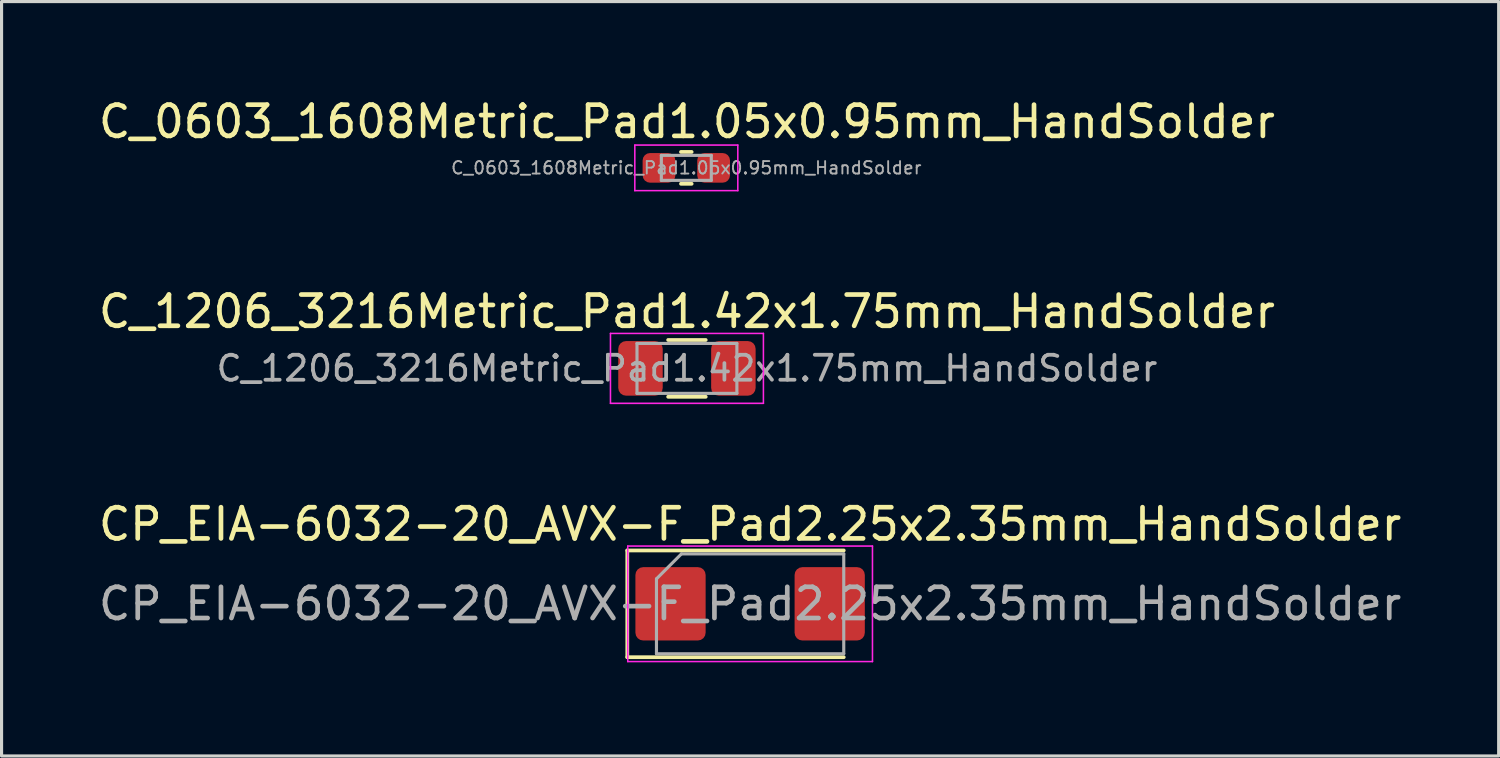
<source format=kicad_pcb>
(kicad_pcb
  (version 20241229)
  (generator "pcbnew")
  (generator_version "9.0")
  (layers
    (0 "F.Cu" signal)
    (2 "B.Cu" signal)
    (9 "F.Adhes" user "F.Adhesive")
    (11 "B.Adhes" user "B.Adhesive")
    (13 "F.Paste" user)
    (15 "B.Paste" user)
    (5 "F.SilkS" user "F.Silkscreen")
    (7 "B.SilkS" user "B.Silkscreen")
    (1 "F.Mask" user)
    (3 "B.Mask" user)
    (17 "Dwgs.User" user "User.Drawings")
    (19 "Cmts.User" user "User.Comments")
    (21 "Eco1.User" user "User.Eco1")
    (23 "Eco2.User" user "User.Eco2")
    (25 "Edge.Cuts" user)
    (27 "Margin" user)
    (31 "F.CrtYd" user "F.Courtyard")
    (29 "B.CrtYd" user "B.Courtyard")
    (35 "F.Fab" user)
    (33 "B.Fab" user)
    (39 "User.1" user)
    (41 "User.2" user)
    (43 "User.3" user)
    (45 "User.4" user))
  (footprint "C_0603_1608Metric_Pad1.05x0.95mm_HandSolder"
    (layer "F.Cu")
    (at 18.938 2.328)
    (property "Reference" "C_0603_1608Metric_Pad1.05x0.95mm_HandSolder" (at 0.02 -1.48 0) (layer "F.SilkS") (effects (font (size 1 1) (thickness 0.15))))
    (attr smd)
    (fp_line (start -0.171 -0.51) (end 0.171 -0.51) (stroke (width 0.12) (type solid)) (layer "F.SilkS"))
    (fp_line (start -0.171 0.51) (end 0.171 0.51) (stroke (width 0.12) (type solid)) (layer "F.SilkS"))
    (fp_line (start -1.65 -0.73) (end 1.65 -0.73) (stroke (width 0.05) (type solid)) (layer "F.CrtYd"))
    (fp_line (start -1.65 0.73) (end -1.65 -0.73) (stroke (width 0.05) (type solid)) (layer "F.CrtYd"))
    (fp_line (start 1.65 -0.73) (end 1.65 0.73) (stroke (width 0.05) (type solid)) (layer "F.CrtYd"))
    (fp_line (start 1.65 0.73) (end -1.65 0.73) (stroke (width 0.05) (type solid)) (layer "F.CrtYd"))
    (fp_line (start -0.8 -0.4) (end 0.8 -0.4) (stroke (width 0.1) (type solid)) (layer "F.Fab"))
    (fp_line (start -0.8 0.4) (end -0.8 -0.4) (stroke (width 0.1) (type solid)) (layer "F.Fab"))
    (fp_line (start 0.8 -0.4) (end 0.8 0.4) (stroke (width 0.1) (type solid)) (layer "F.Fab"))
    (fp_line (start 0.8 0.4) (end -0.8 0.4) (stroke (width 0.1) (type solid)) (layer "F.Fab"))
    (fp_text user "${REFERENCE}" (at 0 0 0) (layer "F.Fab") (effects (font (size 0.4 0.4) (thickness 0.06))))
    (pad "1" smd roundrect (at -0.875 0) (size 1.05 0.95) (layers "F.Cu" "F.Mask" "F.Paste") (roundrect_rratio 0.25))
    (pad "2" smd roundrect (at 0.875 0) (size 1.05 0.95) (layers "F.Cu" "F.Mask" "F.Paste") (roundrect_rratio 0.25)))
  (footprint "C_1206_3216Metric_Pad1.42x1.75mm_HandSolder"
    (layer "F.Cu")
    (at 18.958 8.752)
    (property "Reference" "C_1206_3216Metric_Pad1.42x1.75mm_HandSolder" (at 0 -1.82 0) (layer "F.SilkS") (effects (font (size 1 1) (thickness 0.15))))
    (attr smd)
    (fp_line (start -0.602 -0.91) (end 0.602 -0.91) (stroke (width 0.12) (type solid)) (layer "F.SilkS"))
    (fp_line (start -0.602 0.91) (end 0.602 0.91) (stroke (width 0.12) (type solid)) (layer "F.SilkS"))
    (fp_line (start -2.45 -1.12) (end 2.45 -1.12) (stroke (width 0.05) (type solid)) (layer "F.CrtYd"))
    (fp_line (start -2.45 1.12) (end -2.45 -1.12) (stroke (width 0.05) (type solid)) (layer "F.CrtYd"))
    (fp_line (start 2.45 -1.12) (end 2.45 1.12) (stroke (width 0.05) (type solid)) (layer "F.CrtYd"))
    (fp_line (start 2.45 1.12) (end -2.45 1.12) (stroke (width 0.05) (type solid)) (layer "F.CrtYd"))
    (fp_line (start -1.6 -0.8) (end 1.6 -0.8) (stroke (width 0.1) (type solid)) (layer "F.Fab"))
    (fp_line (start -1.6 0.8) (end -1.6 -0.8) (stroke (width 0.1) (type solid)) (layer "F.Fab"))
    (fp_line (start 1.6 -0.8) (end 1.6 0.8) (stroke (width 0.1) (type solid)) (layer "F.Fab"))
    (fp_line (start 1.6 0.8) (end -1.6 0.8) (stroke (width 0.1) (type solid)) (layer "F.Fab"))
    (fp_text user "${REFERENCE}" (at 0 0 0) (layer "F.Fab") (effects (font (size 0.8 0.8) (thickness 0.12))))
    (pad "1" smd roundrect (at -1.488 0) (size 1.425 1.75) (layers "F.Cu" "F.Mask" "F.Paste") (roundrect_rratio 0.175))
    (pad "2" smd roundrect (at 1.488 0) (size 1.425 1.75) (layers "F.Cu" "F.Mask" "F.Paste") (roundrect_rratio 0.175)))
  (footprint "CP_EIA-6032-20_AVX-F_Pad2.25x2.35mm_HandSolder"
    (layer "F.Cu")
    (at 20.982 16.295)
    (property "Reference" "CP_EIA-6032-20_AVX-F_Pad2.25x2.35mm_HandSolder" (at 0 -2.55 0) (layer "F.SilkS") (effects (font (size 1 1) (thickness 0.15))))
    (attr smd)
    (fp_line (start -3.935 -1.71) (end -3.935 1.71) (stroke (width 0.12) (type solid)) (layer "F.SilkS"))
    (fp_line (start -3.935 1.71) (end 3 1.71) (stroke (width 0.12) (type solid)) (layer "F.SilkS"))
    (fp_line (start 3 -1.71) (end -3.935 -1.71) (stroke (width 0.12) (type solid)) (layer "F.SilkS"))
    (fp_line (start -3.92 -1.85) (end 3.92 -1.85) (stroke (width 0.05) (type solid)) (layer "F.CrtYd"))
    (fp_line (start -3.92 1.85) (end -3.92 -1.85) (stroke (width 0.05) (type solid)) (layer "F.CrtYd"))
    (fp_line (start 3.92 -1.85) (end 3.92 1.85) (stroke (width 0.05) (type solid)) (layer "F.CrtYd"))
    (fp_line (start 3.92 1.85) (end -3.92 1.85) (stroke (width 0.05) (type solid)) (layer "F.CrtYd"))
    (fp_line (start -3 -0.8) (end -3 1.6) (stroke (width 0.1) (type solid)) (layer "F.Fab"))
    (fp_line (start -3 1.6) (end 3 1.6) (stroke (width 0.1) (type solid)) (layer "F.Fab"))
    (fp_line (start -2.2 -1.6) (end -3 -0.8) (stroke (width 0.1) (type solid)) (layer "F.Fab"))
    (fp_line (start 3 -1.6) (end -2.2 -1.6) (stroke (width 0.1) (type solid)) (layer "F.Fab"))
    (fp_line (start 3 1.6) (end 3 -1.6) (stroke (width 0.1) (type solid)) (layer "F.Fab"))
    (fp_text user "${REFERENCE}" (at 0 0 0) (layer "F.Fab") (effects (font (size 1 1) (thickness 0.15))))
    (pad "1" smd roundrect (at -2.55 0) (size 2.25 2.35) (layers "F.Cu" "F.Mask" "F.Paste") (roundrect_rratio 0.111))
    (pad "2" smd roundrect (at 2.55 0) (size 2.25 2.35) (layers "F.Cu" "F.Mask" "F.Paste") (roundrect_rratio 0.111)))
  (gr_rect
    (start -3 -3)
    (end 44.964 21.17)
    (stroke (width 0.1) (type default))
    (fill no)
    (layer "Edge.Cuts")))
</source>
